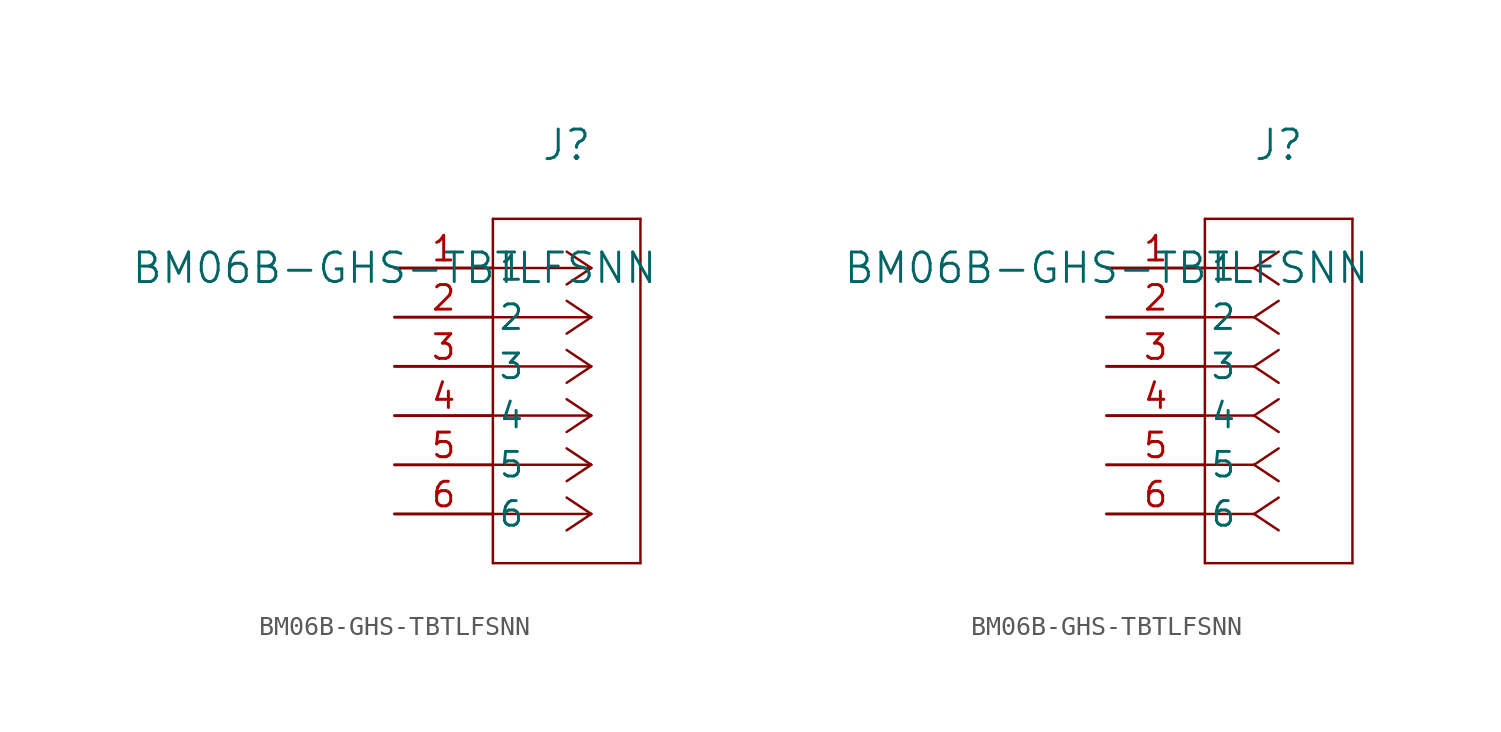
<source format=kicad_sym>
(kicad_symbol_lib
  (version 20211014)
  (generator kicad_symbol_editor)
  (symbol "BM06B-GHS-TBTLFSNN"
    (pin_names
      (offset 0.254))
    (property "Reference" "J"
      (at 8.89 6.35 0)
      (effects (font (size 1.524 1.524))))
    (property "Value" "BM06B-GHS-TBTLFSNN"
      (at 0 0 0)
      (effects (font (size 1.524 1.524))))
    (symbol "BM06B-GHS-TBTLFSNN_1_1"
      (polyline (pts (xy 10.16 0) (xy 5.08 0)) (stroke (width 0.127) (type default) (color 0 0 0 0)) (fill (type none)))
      (polyline (pts (xy 10.16 -2.54) (xy 5.08 -2.54)) (stroke (width 0.127) (type default) (color 0 0 0 0)) (fill (type none)))
      (polyline (pts (xy 10.16 -5.08) (xy 5.08 -5.08)) (stroke (width 0.127) (type default) (color 0 0 0 0)) (fill (type none)))
      (polyline (pts (xy 10.16 -7.62) (xy 5.08 -7.62)) (stroke (width 0.127) (type default) (color 0 0 0 0)) (fill (type none)))
      (polyline (pts (xy 10.16 -10.16) (xy 5.08 -10.16)) (stroke (width 0.127) (type default) (color 0 0 0 0)) (fill (type none)))
      (polyline (pts (xy 10.16 -12.7) (xy 5.08 -12.7)) (stroke (width 0.127) (type default) (color 0 0 0 0)) (fill (type none)))
      (polyline (pts (xy 10.16 0) (xy 8.89 0.847)) (stroke (width 0.127) (type default) (color 0 0 0 0)) (fill (type none)))
      (polyline (pts (xy 10.16 -2.54) (xy 8.89 -1.693)) (stroke (width 0.127) (type default) (color 0 0 0 0)) (fill (type none)))
      (polyline (pts (xy 10.16 -5.08) (xy 8.89 -4.233)) (stroke (width 0.127) (type default) (color 0 0 0 0)) (fill (type none)))
      (polyline (pts (xy 10.16 -7.62) (xy 8.89 -6.773)) (stroke (width 0.127) (type default) (color 0 0 0 0)) (fill (type none)))
      (polyline (pts (xy 10.16 -10.16) (xy 8.89 -9.313)) (stroke (width 0.127) (type default) (color 0 0 0 0)) (fill (type none)))
      (polyline (pts (xy 10.16 -12.7) (xy 8.89 -11.853)) (stroke (width 0.127) (type default) (color 0 0 0 0)) (fill (type none)))
      (polyline (pts (xy 10.16 0) (xy 8.89 -0.847)) (stroke (width 0.127) (type default) (color 0 0 0 0)) (fill (type none)))
      (polyline (pts (xy 10.16 -2.54) (xy 8.89 -3.387)) (stroke (width 0.127) (type default) (color 0 0 0 0)) (fill (type none)))
      (polyline (pts (xy 10.16 -5.08) (xy 8.89 -5.927)) (stroke (width 0.127) (type default) (color 0 0 0 0)) (fill (type none)))
      (polyline (pts (xy 10.16 -7.62) (xy 8.89 -8.467)) (stroke (width 0.127) (type default) (color 0 0 0 0)) (fill (type none)))
      (polyline (pts (xy 10.16 -10.16) (xy 8.89 -11.007)) (stroke (width 0.127) (type default) (color 0 0 0 0)) (fill (type none)))
      (polyline (pts (xy 10.16 -12.7) (xy 8.89 -13.547)) (stroke (width 0.127) (type default) (color 0 0 0 0)) (fill (type none)))
      (polyline (pts (xy 5.08 2.54) (xy 5.08 -15.24)) (stroke (width 0.127) (type default) (color 0 0 0 0)) (fill (type none)))
      (polyline (pts (xy 5.08 -15.24) (xy 12.7 -15.24)) (stroke (width 0.127) (type default) (color 0 0 0 0)) (fill (type none)))
      (polyline (pts (xy 12.7 -15.24) (xy 12.7 2.54)) (stroke (width 0.127) (type default) (color 0 0 0 0)) (fill (type none)))
      (polyline (pts (xy 12.7 2.54) (xy 5.08 2.54)) (stroke (width 0.127) (type default) (color 0 0 0 0)) (fill (type none)))
      (pin unspecified line (at 0 0 0) (length 5.08) (name "1" (effects (font (size 1.27 1.27)))) (number "1" (effects (font (size 1.27 1.27)))))
      (pin unspecified line (at 0 -2.54 0) (length 5.08) (name "2" (effects (font (size 1.27 1.27)))) (number "2" (effects (font (size 1.27 1.27)))))
      (pin unspecified line (at 0 -5.08 0) (length 5.08) (name "3" (effects (font (size 1.27 1.27)))) (number "3" (effects (font (size 1.27 1.27)))))
      (pin unspecified line (at 0 -7.62 0) (length 5.08) (name "4" (effects (font (size 1.27 1.27)))) (number "4" (effects (font (size 1.27 1.27)))))
      (pin unspecified line (at 0 -10.16 0) (length 5.08) (name "5" (effects (font (size 1.27 1.27)))) (number "5" (effects (font (size 1.27 1.27)))))
      (pin unspecified line (at 0 -12.7 0) (length 5.08) (name "6" (effects (font (size 1.27 1.27)))) (number "6" (effects (font (size 1.27 1.27))))))
    (symbol "BM06B-GHS-TBTLFSNN_1_2"
      (polyline (pts (xy 7.62 0) (xy 5.08 0)) (stroke (width 0.127) (type default) (color 0 0 0 0)) (fill (type none)))
      (polyline (pts (xy 7.62 -2.54) (xy 5.08 -2.54)) (stroke (width 0.127) (type default) (color 0 0 0 0)) (fill (type none)))
      (polyline (pts (xy 7.62 -5.08) (xy 5.08 -5.08)) (stroke (width 0.127) (type default) (color 0 0 0 0)) (fill (type none)))
      (polyline (pts (xy 7.62 -7.62) (xy 5.08 -7.62)) (stroke (width 0.127) (type default) (color 0 0 0 0)) (fill (type none)))
      (polyline (pts (xy 7.62 -10.16) (xy 5.08 -10.16)) (stroke (width 0.127) (type default) (color 0 0 0 0)) (fill (type none)))
      (polyline (pts (xy 7.62 -12.7) (xy 5.08 -12.7)) (stroke (width 0.127) (type default) (color 0 0 0 0)) (fill (type none)))
      (polyline (pts (xy 7.62 0) (xy 8.89 0.847)) (stroke (width 0.127) (type default) (color 0 0 0 0)) (fill (type none)))
      (polyline (pts (xy 7.62 -2.54) (xy 8.89 -1.693)) (stroke (width 0.127) (type default) (color 0 0 0 0)) (fill (type none)))
      (polyline (pts (xy 7.62 -5.08) (xy 8.89 -4.233)) (stroke (width 0.127) (type default) (color 0 0 0 0)) (fill (type none)))
      (polyline (pts (xy 7.62 -7.62) (xy 8.89 -6.773)) (stroke (width 0.127) (type default) (color 0 0 0 0)) (fill (type none)))
      (polyline (pts (xy 7.62 -10.16) (xy 8.89 -9.313)) (stroke (width 0.127) (type default) (color 0 0 0 0)) (fill (type none)))
      (polyline (pts (xy 7.62 -12.7) (xy 8.89 -11.853)) (stroke (width 0.127) (type default) (color 0 0 0 0)) (fill (type none)))
      (polyline (pts (xy 7.62 0) (xy 8.89 -0.847)) (stroke (width 0.127) (type default) (color 0 0 0 0)) (fill (type none)))
      (polyline (pts (xy 7.62 -2.54) (xy 8.89 -3.387)) (stroke (width 0.127) (type default) (color 0 0 0 0)) (fill (type none)))
      (polyline (pts (xy 7.62 -5.08) (xy 8.89 -5.927)) (stroke (width 0.127) (type default) (color 0 0 0 0)) (fill (type none)))
      (polyline (pts (xy 7.62 -7.62) (xy 8.89 -8.467)) (stroke (width 0.127) (type default) (color 0 0 0 0)) (fill (type none)))
      (polyline (pts (xy 7.62 -10.16) (xy 8.89 -11.007)) (stroke (width 0.127) (type default) (color 0 0 0 0)) (fill (type none)))
      (polyline (pts (xy 7.62 -12.7) (xy 8.89 -13.547)) (stroke (width 0.127) (type default) (color 0 0 0 0)) (fill (type none)))
      (polyline (pts (xy 5.08 2.54) (xy 5.08 -15.24)) (stroke (width 0.127) (type default) (color 0 0 0 0)) (fill (type none)))
      (polyline (pts (xy 5.08 -15.24) (xy 12.7 -15.24)) (stroke (width 0.127) (type default) (color 0 0 0 0)) (fill (type none)))
      (polyline (pts (xy 12.7 -15.24) (xy 12.7 2.54)) (stroke (width 0.127) (type default) (color 0 0 0 0)) (fill (type none)))
      (polyline (pts (xy 12.7 2.54) (xy 5.08 2.54)) (stroke (width 0.127) (type default) (color 0 0 0 0)) (fill (type none)))
      (pin unspecified line (at 0 0 0) (length 5.08) (name "1" (effects (font (size 1.27 1.27)))) (number "1" (effects (font (size 1.27 1.27)))))
      (pin unspecified line (at 0 -2.54 0) (length 5.08) (name "2" (effects (font (size 1.27 1.27)))) (number "2" (effects (font (size 1.27 1.27)))))
      (pin unspecified line (at 0 -5.08 0) (length 5.08) (name "3" (effects (font (size 1.27 1.27)))) (number "3" (effects (font (size 1.27 1.27)))))
      (pin unspecified line (at 0 -7.62 0) (length 5.08) (name "4" (effects (font (size 1.27 1.27)))) (number "4" (effects (font (size 1.27 1.27)))))
      (pin unspecified line (at 0 -10.16 0) (length 5.08) (name "5" (effects (font (size 1.27 1.27)))) (number "5" (effects (font (size 1.27 1.27)))))
      (pin unspecified line (at 0 -12.7 0) (length 5.08) (name "6" (effects (font (size 1.27 1.27)))) (number "6" (effects (font (size 1.27 1.27))))))))
</source>
